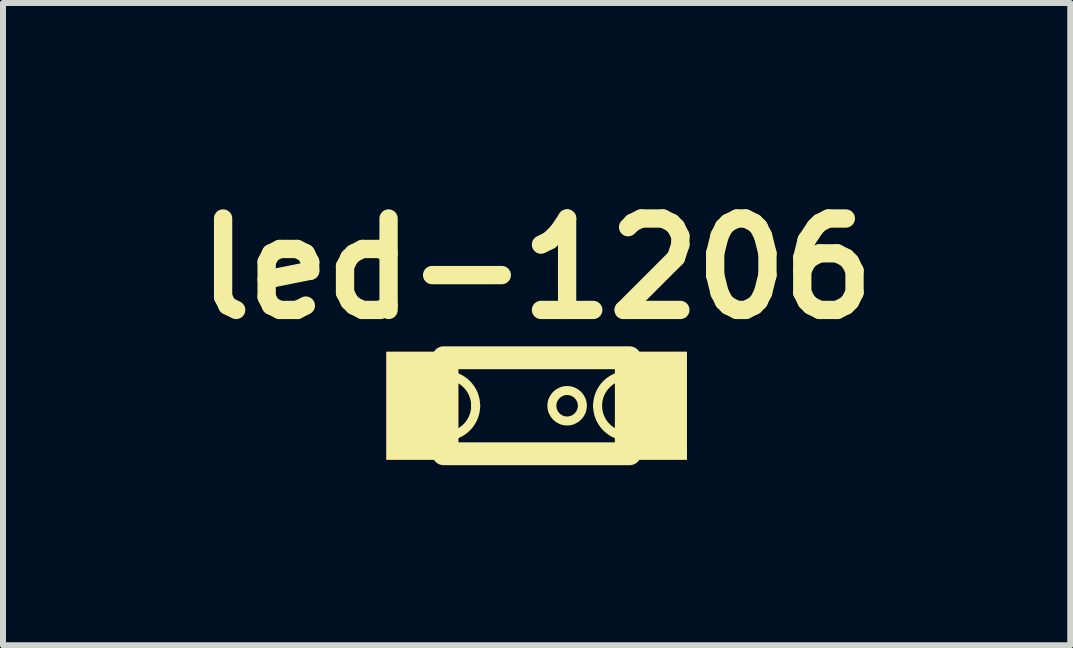
<source format=kicad_pcb>
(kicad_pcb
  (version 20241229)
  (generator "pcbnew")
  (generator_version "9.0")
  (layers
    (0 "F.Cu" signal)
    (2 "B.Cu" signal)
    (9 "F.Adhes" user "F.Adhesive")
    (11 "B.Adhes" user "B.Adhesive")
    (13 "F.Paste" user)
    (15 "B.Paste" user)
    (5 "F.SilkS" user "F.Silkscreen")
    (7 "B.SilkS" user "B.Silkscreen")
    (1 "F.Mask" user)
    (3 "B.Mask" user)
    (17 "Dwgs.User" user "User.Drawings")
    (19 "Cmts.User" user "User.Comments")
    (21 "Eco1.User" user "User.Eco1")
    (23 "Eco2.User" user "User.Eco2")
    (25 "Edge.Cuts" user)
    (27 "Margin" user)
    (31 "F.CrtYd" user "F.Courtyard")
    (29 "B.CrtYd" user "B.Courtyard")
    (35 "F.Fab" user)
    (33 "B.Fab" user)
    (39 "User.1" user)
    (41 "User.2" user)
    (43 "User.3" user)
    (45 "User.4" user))
  (footprint "led-1206"
    (layer "F.Cu")
    (at 3.988 3.712)
    (property "Reference" "led-1206" (at 1.905 -2.286 0) (layer "F.SilkS") (effects (font (size 1.524 1.524) (thickness 0.305))))
    (attr through_hole)
    (fp_line (start 0.356 0.8) (end 3.454 0.8) (stroke (width 0.381) (type solid)) (layer "F.SilkS"))
    (fp_line (start 0.381 -0.762) (end 0.381 -0.508) (stroke (width 0.15) (type solid)) (layer "F.SilkS"))
    (fp_line (start 0.381 0.762) (end 0.381 0.508) (stroke (width 0.15) (type solid)) (layer "F.SilkS"))
    (fp_line (start 3.429 -0.762) (end 3.429 -0.508) (stroke (width 0.15) (type solid)) (layer "F.SilkS"))
    (fp_line (start 3.429 0.508) (end 3.429 0.762) (stroke (width 0.15) (type solid)) (layer "F.SilkS"))
    (fp_line (start 3.454 -0.8) (end 0.356 -0.8) (stroke (width 0.381) (type solid)) (layer "F.SilkS"))
    (fp_arc (start 0.381 -0.508) (mid 0.74021 -0.35921) (end 0.889 0) (stroke (width 0.15) (type solid)) (layer "F.SilkS"))
    (fp_arc (start 0.889 0) (mid 0.74021 0.35921) (end 0.381 0.508) (stroke (width 0.15) (type solid)) (layer "F.SilkS"))
    (fp_arc (start 2.921 0) (mid 3.06979 -0.35921) (end 3.429 -0.508) (stroke (width 0.15) (type solid)) (layer "F.SilkS"))
    (fp_arc (start 3.429 0.508) (mid 3.06979 0.35921) (end 2.921 0) (stroke (width 0.15) (type solid)) (layer "F.SilkS"))
    (fp_circle (center 2.413 0) (end 2.413 -0.254) (stroke (width 0.15) (type solid)) (fill no) (layer "F.SilkS"))
    (pad "1" smd rect (at 0 0) (size 1.201 1.801) (layers "F.Cu" "F.Mask" "F.SilkS"))
    (pad "2" smd rect (at 3.81 0) (size 1.201 1.801) (layers "F.Cu" "F.Mask" "F.SilkS")))
  (gr_rect
    (start -3 -3)
    (end 14.786 7.703)
    (stroke (width 0.1) (type default))
    (fill no)
    (layer "Edge.Cuts")))
</source>
